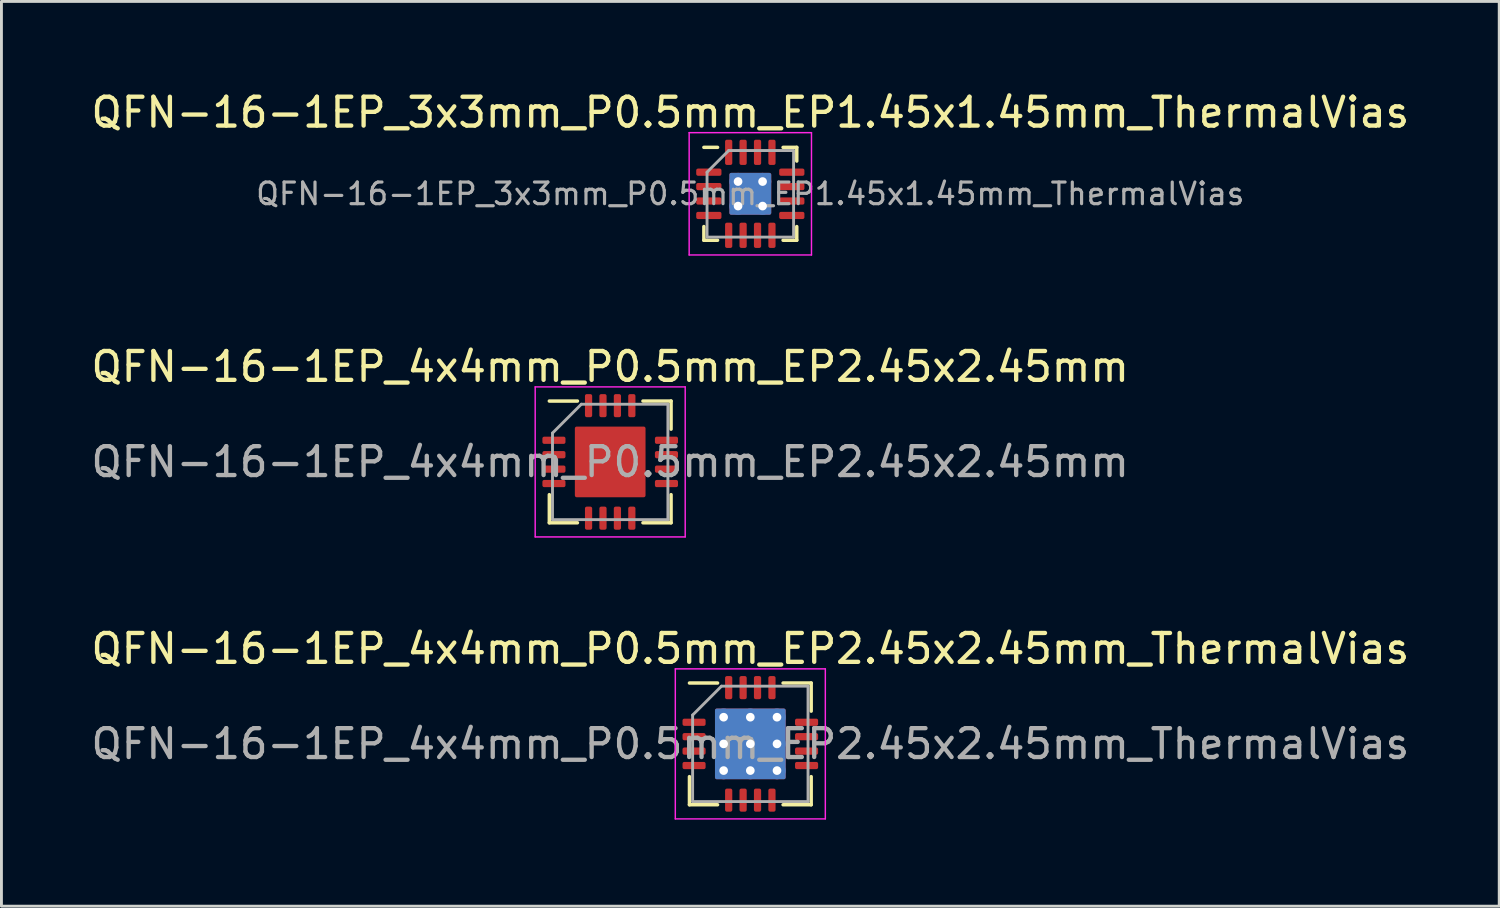
<source format=kicad_pcb>
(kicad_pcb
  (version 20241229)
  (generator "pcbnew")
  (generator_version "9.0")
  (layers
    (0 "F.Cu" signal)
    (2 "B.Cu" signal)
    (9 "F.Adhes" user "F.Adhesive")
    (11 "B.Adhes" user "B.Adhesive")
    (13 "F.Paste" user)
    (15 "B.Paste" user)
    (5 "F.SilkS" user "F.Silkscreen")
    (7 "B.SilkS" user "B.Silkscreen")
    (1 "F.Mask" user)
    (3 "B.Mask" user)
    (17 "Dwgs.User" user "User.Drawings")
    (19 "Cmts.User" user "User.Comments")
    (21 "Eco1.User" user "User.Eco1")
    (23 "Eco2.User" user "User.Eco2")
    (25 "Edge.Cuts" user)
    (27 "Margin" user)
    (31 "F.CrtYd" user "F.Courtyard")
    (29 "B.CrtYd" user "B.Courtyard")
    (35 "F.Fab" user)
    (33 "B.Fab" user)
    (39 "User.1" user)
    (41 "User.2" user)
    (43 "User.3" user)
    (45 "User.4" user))
  (footprint "QFN-16-1EP_4x4mm_P0.5mm_EP2.45x2.45mm"
    (layer "F.Cu")
    (at 18.101 12.961)
    (property "Reference" "QFN-16-1EP_4x4mm_P0.5mm_EP2.45x2.45mm" (at 0 -3.3 0) (layer "F.SilkS") (effects (font (size 1 1) (thickness 0.15))))
    (attr smd)
    (fp_line (start -2.11 2.11) (end -2.11 1.135) (stroke (width 0.12) (type solid)) (layer "F.SilkS"))
    (fp_line (start -1.135 -2.11) (end -2.11 -2.11) (stroke (width 0.12) (type solid)) (layer "F.SilkS"))
    (fp_line (start -1.135 2.11) (end -2.11 2.11) (stroke (width 0.12) (type solid)) (layer "F.SilkS"))
    (fp_line (start 1.135 -2.11) (end 2.11 -2.11) (stroke (width 0.12) (type solid)) (layer "F.SilkS"))
    (fp_line (start 1.135 2.11) (end 2.11 2.11) (stroke (width 0.12) (type solid)) (layer "F.SilkS"))
    (fp_line (start 2.11 -2.11) (end 2.11 -1.135) (stroke (width 0.12) (type solid)) (layer "F.SilkS"))
    (fp_line (start 2.11 2.11) (end 2.11 1.135) (stroke (width 0.12) (type solid)) (layer "F.SilkS"))
    (fp_line (start -2.6 -2.6) (end -2.6 2.6) (stroke (width 0.05) (type solid)) (layer "F.CrtYd"))
    (fp_line (start -2.6 2.6) (end 2.6 2.6) (stroke (width 0.05) (type solid)) (layer "F.CrtYd"))
    (fp_line (start 2.6 -2.6) (end -2.6 -2.6) (stroke (width 0.05) (type solid)) (layer "F.CrtYd"))
    (fp_line (start 2.6 2.6) (end 2.6 -2.6) (stroke (width 0.05) (type solid)) (layer "F.CrtYd"))
    (fp_line (start -2 -1) (end -1 -2) (stroke (width 0.1) (type solid)) (layer "F.Fab"))
    (fp_line (start -2 2) (end -2 -1) (stroke (width 0.1) (type solid)) (layer "F.Fab"))
    (fp_line (start -1 -2) (end 2 -2) (stroke (width 0.1) (type solid)) (layer "F.Fab"))
    (fp_line (start 2 -2) (end 2 2) (stroke (width 0.1) (type solid)) (layer "F.Fab"))
    (fp_line (start 2 2) (end -2 2) (stroke (width 0.1) (type solid)) (layer "F.Fab"))
    (fp_text user "${REFERENCE}" (at 0 0 0) (layer "F.Fab") (effects (font (size 1 1) (thickness 0.15))))
    (pad "" smd roundrect (at -0.61 -0.61) (size 0.99 0.99) (layers "F.Paste") (roundrect_rratio 0.25))
    (pad "" smd roundrect (at -0.61 0.61) (size 0.99 0.99) (layers "F.Paste") (roundrect_rratio 0.25))
    (pad "" smd roundrect (at 0.61 -0.61) (size 0.99 0.99) (layers "F.Paste") (roundrect_rratio 0.25))
    (pad "" smd roundrect (at 0.61 0.61) (size 0.99 0.99) (layers "F.Paste") (roundrect_rratio 0.25))
    (pad "1" smd roundrect (at -1.95 -0.75) (size 0.8 0.25) (layers "F.Cu" "F.Mask" "F.Paste") (roundrect_rratio 0.25))
    (pad "2" smd roundrect (at -1.95 -0.25) (size 0.8 0.25) (layers "F.Cu" "F.Mask" "F.Paste") (roundrect_rratio 0.25))
    (pad "3" smd roundrect (at -1.95 0.25) (size 0.8 0.25) (layers "F.Cu" "F.Mask" "F.Paste") (roundrect_rratio 0.25))
    (pad "4" smd roundrect (at -1.95 0.75) (size 0.8 0.25) (layers "F.Cu" "F.Mask" "F.Paste") (roundrect_rratio 0.25))
    (pad "5" smd roundrect (at -0.75 1.95) (size 0.25 0.8) (layers "F.Cu" "F.Mask" "F.Paste") (roundrect_rratio 0.25))
    (pad "6" smd roundrect (at -0.25 1.95) (size 0.25 0.8) (layers "F.Cu" "F.Mask" "F.Paste") (roundrect_rratio 0.25))
    (pad "7" smd roundrect (at 0.25 1.95) (size 0.25 0.8) (layers "F.Cu" "F.Mask" "F.Paste") (roundrect_rratio 0.25))
    (pad "8" smd roundrect (at 0.75 1.95) (size 0.25 0.8) (layers "F.Cu" "F.Mask" "F.Paste") (roundrect_rratio 0.25))
    (pad "9" smd roundrect (at 1.95 0.75) (size 0.8 0.25) (layers "F.Cu" "F.Mask" "F.Paste") (roundrect_rratio 0.25))
    (pad "10" smd roundrect (at 1.95 0.25) (size 0.8 0.25) (layers "F.Cu" "F.Mask" "F.Paste") (roundrect_rratio 0.25))
    (pad "11" smd roundrect (at 1.95 -0.25) (size 0.8 0.25) (layers "F.Cu" "F.Mask" "F.Paste") (roundrect_rratio 0.25))
    (pad "12" smd roundrect (at 1.95 -0.75) (size 0.8 0.25) (layers "F.Cu" "F.Mask" "F.Paste") (roundrect_rratio 0.25))
    (pad "13" smd roundrect (at 0.75 -1.95) (size 0.25 0.8) (layers "F.Cu" "F.Mask" "F.Paste") (roundrect_rratio 0.25))
    (pad "14" smd roundrect (at 0.25 -1.95) (size 0.25 0.8) (layers "F.Cu" "F.Mask" "F.Paste") (roundrect_rratio 0.25))
    (pad "15" smd roundrect (at -0.25 -1.95) (size 0.25 0.8) (layers "F.Cu" "F.Mask" "F.Paste") (roundrect_rratio 0.25))
    (pad "16" smd roundrect (at -0.75 -1.95) (size 0.25 0.8) (layers "F.Cu" "F.Mask" "F.Paste") (roundrect_rratio 0.25))
    (pad "17" smd roundrect (at 0 0) (size 2.45 2.45) (layers "F.Cu" "F.Mask") (roundrect_rratio 0.026)))
  (footprint "QFN-16-1EP_4x4mm_P0.5mm_EP2.45x2.45mm_ThermalVias"
    (layer "F.Cu")
    (at 22.958 22.735)
    (property "Reference" "QFN-16-1EP_4x4mm_P0.5mm_EP2.45x2.45mm_ThermalVias" (at 0 -3.3 0) (layer "F.SilkS") (effects (font (size 1 1) (thickness 0.15))))
    (attr smd)
    (fp_line (start -2.11 2.11) (end -2.11 1.135) (stroke (width 0.12) (type solid)) (layer "F.SilkS"))
    (fp_line (start -1.135 -2.11) (end -2.11 -2.11) (stroke (width 0.12) (type solid)) (layer "F.SilkS"))
    (fp_line (start -1.135 2.11) (end -2.11 2.11) (stroke (width 0.12) (type solid)) (layer "F.SilkS"))
    (fp_line (start 1.135 -2.11) (end 2.11 -2.11) (stroke (width 0.12) (type solid)) (layer "F.SilkS"))
    (fp_line (start 1.135 2.11) (end 2.11 2.11) (stroke (width 0.12) (type solid)) (layer "F.SilkS"))
    (fp_line (start 2.11 -2.11) (end 2.11 -1.135) (stroke (width 0.12) (type solid)) (layer "F.SilkS"))
    (fp_line (start 2.11 2.11) (end 2.11 1.135) (stroke (width 0.12) (type solid)) (layer "F.SilkS"))
    (fp_line (start -2.6 -2.6) (end -2.6 2.6) (stroke (width 0.05) (type solid)) (layer "F.CrtYd"))
    (fp_line (start -2.6 2.6) (end 2.6 2.6) (stroke (width 0.05) (type solid)) (layer "F.CrtYd"))
    (fp_line (start 2.6 -2.6) (end -2.6 -2.6) (stroke (width 0.05) (type solid)) (layer "F.CrtYd"))
    (fp_line (start 2.6 2.6) (end 2.6 -2.6) (stroke (width 0.05) (type solid)) (layer "F.CrtYd"))
    (fp_line (start -2 -1) (end -1 -2) (stroke (width 0.1) (type solid)) (layer "F.Fab"))
    (fp_line (start -2 2) (end -2 -1) (stroke (width 0.1) (type solid)) (layer "F.Fab"))
    (fp_line (start -1 -2) (end 2 -2) (stroke (width 0.1) (type solid)) (layer "F.Fab"))
    (fp_line (start 2 -2) (end 2 2) (stroke (width 0.1) (type solid)) (layer "F.Fab"))
    (fp_line (start 2 2) (end -2 2) (stroke (width 0.1) (type solid)) (layer "F.Fab"))
    (fp_text user "${REFERENCE}" (at 0 0 0) (layer "F.Fab") (effects (font (size 1 1) (thickness 0.15))))
    (pad "" smd roundrect (at -0.61 -0.61) (size 1.06 1.06) (layers "F.Paste") (roundrect_rratio 0.236))
    (pad "" smd roundrect (at -0.61 0.61) (size 1.06 1.06) (layers "F.Paste") (roundrect_rratio 0.236))
    (pad "" smd roundrect (at 0.61 -0.61) (size 1.06 1.06) (layers "F.Paste") (roundrect_rratio 0.236))
    (pad "" smd roundrect (at 0.61 0.61) (size 1.06 1.06) (layers "F.Paste") (roundrect_rratio 0.236))
    (pad "1" smd roundrect (at -1.95 -0.75) (size 0.8 0.25) (layers "F.Cu" "F.Mask" "F.Paste") (roundrect_rratio 0.25))
    (pad "2" smd roundrect (at -1.95 -0.25) (size 0.8 0.25) (layers "F.Cu" "F.Mask" "F.Paste") (roundrect_rratio 0.25))
    (pad "3" smd roundrect (at -1.95 0.25) (size 0.8 0.25) (layers "F.Cu" "F.Mask" "F.Paste") (roundrect_rratio 0.25))
    (pad "4" smd roundrect (at -1.95 0.75) (size 0.8 0.25) (layers "F.Cu" "F.Mask" "F.Paste") (roundrect_rratio 0.25))
    (pad "5" smd roundrect (at -0.75 1.95) (size 0.25 0.8) (layers "F.Cu" "F.Mask" "F.Paste") (roundrect_rratio 0.25))
    (pad "6" smd roundrect (at -0.25 1.95) (size 0.25 0.8) (layers "F.Cu" "F.Mask" "F.Paste") (roundrect_rratio 0.25))
    (pad "7" smd roundrect (at 0.25 1.95) (size 0.25 0.8) (layers "F.Cu" "F.Mask" "F.Paste") (roundrect_rratio 0.25))
    (pad "8" smd roundrect (at 0.75 1.95) (size 0.25 0.8) (layers "F.Cu" "F.Mask" "F.Paste") (roundrect_rratio 0.25))
    (pad "9" smd roundrect (at 1.95 0.75) (size 0.8 0.25) (layers "F.Cu" "F.Mask" "F.Paste") (roundrect_rratio 0.25))
    (pad "10" smd roundrect (at 1.95 0.25) (size 0.8 0.25) (layers "F.Cu" "F.Mask" "F.Paste") (roundrect_rratio 0.25))
    (pad "11" smd roundrect (at 1.95 -0.25) (size 0.8 0.25) (layers "F.Cu" "F.Mask" "F.Paste") (roundrect_rratio 0.25))
    (pad "12" smd roundrect (at 1.95 -0.75) (size 0.8 0.25) (layers "F.Cu" "F.Mask" "F.Paste") (roundrect_rratio 0.25))
    (pad "13" smd roundrect (at 0.75 -1.95) (size 0.25 0.8) (layers "F.Cu" "F.Mask" "F.Paste") (roundrect_rratio 0.25))
    (pad "14" smd roundrect (at 0.25 -1.95) (size 0.25 0.8) (layers "F.Cu" "F.Mask" "F.Paste") (roundrect_rratio 0.25))
    (pad "15" smd roundrect (at -0.25 -1.95) (size 0.25 0.8) (layers "F.Cu" "F.Mask" "F.Paste") (roundrect_rratio 0.25))
    (pad "16" smd roundrect (at -0.75 -1.95) (size 0.25 0.8) (layers "F.Cu" "F.Mask" "F.Paste") (roundrect_rratio 0.25))
    (pad "17" thru_hole circle (at -0.925 -0.925) (size 0.6 0.6) (drill 0.3) (layers "*.Cu"))
    (pad "17" thru_hole circle (at -0.925 0) (size 0.6 0.6) (drill 0.3) (layers "*.Cu"))
    (pad "17" thru_hole circle (at -0.925 0.925) (size 0.6 0.6) (drill 0.3) (layers "*.Cu"))
    (pad "17" thru_hole circle (at 0 -0.925) (size 0.6 0.6) (drill 0.3) (layers "*.Cu"))
    (pad "17" thru_hole circle (at 0 0) (size 0.6 0.6) (drill 0.3) (layers "*.Cu"))
    (pad "17" smd roundrect (at 0 0) (size 2.45 2.45) (layers "F.Cu" "F.Mask") (roundrect_rratio 0.026))
    (pad "17" smd roundrect (at 0 0) (size 2.45 2.45) (layers "B.Cu") (roundrect_rratio 0.026))
    (pad "17" thru_hole circle (at 0 0.925) (size 0.6 0.6) (drill 0.3) (layers "*.Cu"))
    (pad "17" thru_hole circle (at 0.925 -0.925) (size 0.6 0.6) (drill 0.3) (layers "*.Cu"))
    (pad "17" thru_hole circle (at 0.925 0) (size 0.6 0.6) (drill 0.3) (layers "*.Cu"))
    (pad "17" thru_hole circle (at 0.925 0.925) (size 0.6 0.6) (drill 0.3) (layers "*.Cu")))
  (footprint "QFN-16-1EP_3x3mm_P0.5mm_EP1.45x1.45mm_ThermalVias"
    (layer "F.Cu")
    (at 22.958 3.668)
    (property "Reference" "QFN-16-1EP_3x3mm_P0.5mm_EP1.45x1.45mm_ThermalVias" (at 0 -2.82 0) (layer "F.SilkS") (effects (font (size 1 1) (thickness 0.15))))
    (attr smd)
    (fp_line (start -1.61 1.61) (end -1.61 1.135) (stroke (width 0.12) (type solid)) (layer "F.SilkS"))
    (fp_line (start -1.135 -1.61) (end -1.61 -1.61) (stroke (width 0.12) (type solid)) (layer "F.SilkS"))
    (fp_line (start -1.135 1.61) (end -1.61 1.61) (stroke (width 0.12) (type solid)) (layer "F.SilkS"))
    (fp_line (start 1.135 -1.61) (end 1.61 -1.61) (stroke (width 0.12) (type solid)) (layer "F.SilkS"))
    (fp_line (start 1.135 1.61) (end 1.61 1.61) (stroke (width 0.12) (type solid)) (layer "F.SilkS"))
    (fp_line (start 1.61 -1.61) (end 1.61 -1.135) (stroke (width 0.12) (type solid)) (layer "F.SilkS"))
    (fp_line (start 1.61 1.61) (end 1.61 1.135) (stroke (width 0.12) (type solid)) (layer "F.SilkS"))
    (fp_line (start -2.12 -2.12) (end -2.12 2.12) (stroke (width 0.05) (type solid)) (layer "F.CrtYd"))
    (fp_line (start -2.12 2.12) (end 2.12 2.12) (stroke (width 0.05) (type solid)) (layer "F.CrtYd"))
    (fp_line (start 2.12 -2.12) (end -2.12 -2.12) (stroke (width 0.05) (type solid)) (layer "F.CrtYd"))
    (fp_line (start 2.12 2.12) (end 2.12 -2.12) (stroke (width 0.05) (type solid)) (layer "F.CrtYd"))
    (fp_line (start -1.5 -0.75) (end -0.75 -1.5) (stroke (width 0.1) (type solid)) (layer "F.Fab"))
    (fp_line (start -1.5 1.5) (end -1.5 -0.75) (stroke (width 0.1) (type solid)) (layer "F.Fab"))
    (fp_line (start -0.75 -1.5) (end 1.5 -1.5) (stroke (width 0.1) (type solid)) (layer "F.Fab"))
    (fp_line (start 1.5 -1.5) (end 1.5 1.5) (stroke (width 0.1) (type solid)) (layer "F.Fab"))
    (fp_line (start 1.5 1.5) (end -1.5 1.5) (stroke (width 0.1) (type solid)) (layer "F.Fab"))
    (fp_text user "${REFERENCE}" (at 0 0 0) (layer "F.Fab") (effects (font (size 0.75 0.75) (thickness 0.11))))
    (pad "" smd roundrect (at -0.36 -0.36) (size 0.63 0.63) (layers "F.Paste") (roundrect_rratio 0.25))
    (pad "" smd roundrect (at -0.36 0.36) (size 0.63 0.63) (layers "F.Paste") (roundrect_rratio 0.25))
    (pad "" smd roundrect (at 0.36 -0.36) (size 0.63 0.63) (layers "F.Paste") (roundrect_rratio 0.25))
    (pad "" smd roundrect (at 0.36 0.36) (size 0.63 0.63) (layers "F.Paste") (roundrect_rratio 0.25))
    (pad "1" smd roundrect (at -1.438 -0.75) (size 0.875 0.25) (layers "F.Cu" "F.Mask" "F.Paste") (roundrect_rratio 0.25))
    (pad "2" smd roundrect (at -1.438 -0.25) (size 0.875 0.25) (layers "F.Cu" "F.Mask" "F.Paste") (roundrect_rratio 0.25))
    (pad "3" smd roundrect (at -1.438 0.25) (size 0.875 0.25) (layers "F.Cu" "F.Mask" "F.Paste") (roundrect_rratio 0.25))
    (pad "4" smd roundrect (at -1.438 0.75) (size 0.875 0.25) (layers "F.Cu" "F.Mask" "F.Paste") (roundrect_rratio 0.25))
    (pad "5" smd roundrect (at -0.75 1.438) (size 0.25 0.875) (layers "F.Cu" "F.Mask" "F.Paste") (roundrect_rratio 0.25))
    (pad "6" smd roundrect (at -0.25 1.438) (size 0.25 0.875) (layers "F.Cu" "F.Mask" "F.Paste") (roundrect_rratio 0.25))
    (pad "7" smd roundrect (at 0.25 1.438) (size 0.25 0.875) (layers "F.Cu" "F.Mask" "F.Paste") (roundrect_rratio 0.25))
    (pad "8" smd roundrect (at 0.75 1.438) (size 0.25 0.875) (layers "F.Cu" "F.Mask" "F.Paste") (roundrect_rratio 0.25))
    (pad "9" smd roundrect (at 1.438 0.75) (size 0.875 0.25) (layers "F.Cu" "F.Mask" "F.Paste") (roundrect_rratio 0.25))
    (pad "10" smd roundrect (at 1.438 0.25) (size 0.875 0.25) (layers "F.Cu" "F.Mask" "F.Paste") (roundrect_rratio 0.25))
    (pad "11" smd roundrect (at 1.438 -0.25) (size 0.875 0.25) (layers "F.Cu" "F.Mask" "F.Paste") (roundrect_rratio 0.25))
    (pad "12" smd roundrect (at 1.438 -0.75) (size 0.875 0.25) (layers "F.Cu" "F.Mask" "F.Paste") (roundrect_rratio 0.25))
    (pad "13" smd roundrect (at 0.75 -1.438) (size 0.25 0.875) (layers "F.Cu" "F.Mask" "F.Paste") (roundrect_rratio 0.25))
    (pad "14" smd roundrect (at 0.25 -1.438) (size 0.25 0.875) (layers "F.Cu" "F.Mask" "F.Paste") (roundrect_rratio 0.25))
    (pad "15" smd roundrect (at -0.25 -1.438) (size 0.25 0.875) (layers "F.Cu" "F.Mask" "F.Paste") (roundrect_rratio 0.25))
    (pad "16" smd roundrect (at -0.75 -1.438) (size 0.25 0.875) (layers "F.Cu" "F.Mask" "F.Paste") (roundrect_rratio 0.25))
    (pad "17" thru_hole circle (at -0.425 -0.425) (size 0.6 0.6) (drill 0.3) (layers "*.Cu"))
    (pad "17" thru_hole circle (at -0.425 0.425) (size 0.6 0.6) (drill 0.3) (layers "*.Cu"))
    (pad "17" smd roundrect (at 0 0) (size 1.45 1.45) (layers "F.Cu" "F.Mask") (roundrect_rratio 0.043))
    (pad "17" smd roundrect (at 0 0) (size 1.45 1.45) (layers "B.Cu") (roundrect_rratio 0.043))
    (pad "17" thru_hole circle (at 0.425 -0.425) (size 0.6 0.6) (drill 0.3) (layers "*.Cu"))
    (pad "17" thru_hole circle (at 0.425 0.425) (size 0.6 0.6) (drill 0.3) (layers "*.Cu")))
  (gr_rect
    (start -3 -3)
    (end 48.917 28.36)
    (stroke (width 0.1) (type default))
    (fill no)
    (layer "Edge.Cuts")))
</source>
